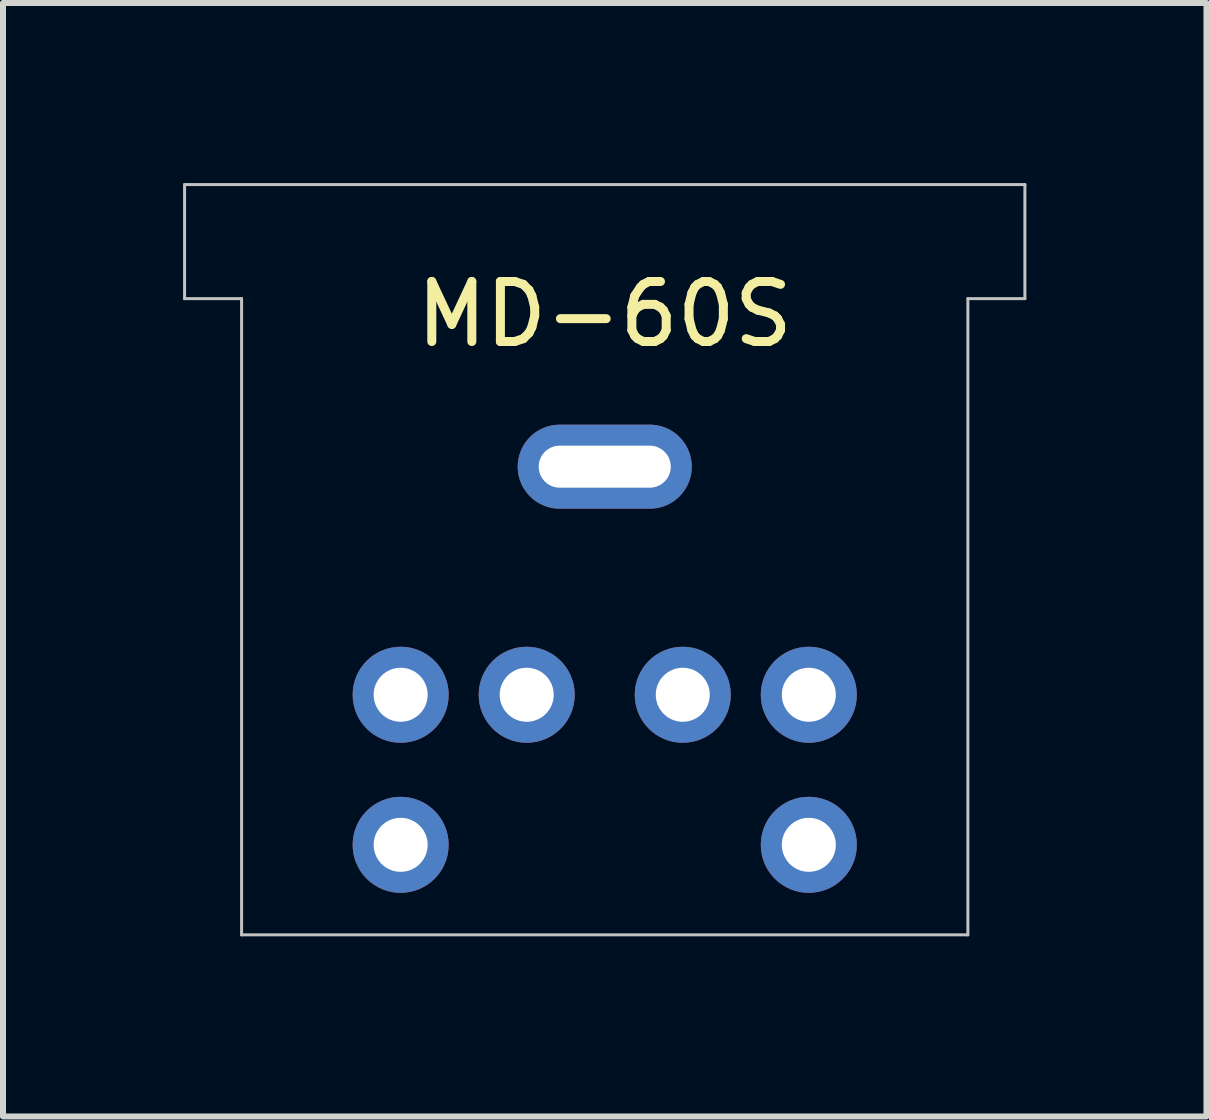
<source format=kicad_pcb>
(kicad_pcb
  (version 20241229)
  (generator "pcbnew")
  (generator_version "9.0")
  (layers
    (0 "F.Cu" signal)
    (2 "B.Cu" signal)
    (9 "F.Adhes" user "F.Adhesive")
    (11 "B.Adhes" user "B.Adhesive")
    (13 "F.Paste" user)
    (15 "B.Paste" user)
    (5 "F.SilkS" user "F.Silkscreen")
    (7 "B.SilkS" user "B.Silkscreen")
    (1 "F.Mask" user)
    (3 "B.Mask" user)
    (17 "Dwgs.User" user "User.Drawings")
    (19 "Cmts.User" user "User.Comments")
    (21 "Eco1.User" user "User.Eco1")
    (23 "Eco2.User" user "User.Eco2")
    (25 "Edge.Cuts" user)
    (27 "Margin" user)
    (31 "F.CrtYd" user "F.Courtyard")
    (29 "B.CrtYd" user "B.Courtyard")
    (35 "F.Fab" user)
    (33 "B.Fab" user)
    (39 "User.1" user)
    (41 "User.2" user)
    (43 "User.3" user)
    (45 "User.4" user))
  (footprint "MD-60S"
    (layer "F.Cu")
    (at 7.025 4.725)
    (property "Reference" "MD-60S" (at 0 -2.54 0) (layer "F.SilkS") (effects (font (size 1 1) (thickness 0.15))))
    (attr through_hole)
    (fp_line (start -7 -4.7) (end -7 -2.8) (stroke (width 0.05) (type solid)) (layer "Dwgs.User"))
    (fp_line (start -7 -2.8) (end -6.05 -2.8) (stroke (width 0.05) (type solid)) (layer "Dwgs.User"))
    (fp_line (start -6.05 -2.8) (end -6.05 7.8) (stroke (width 0.05) (type solid)) (layer "Dwgs.User"))
    (fp_line (start -6.05 7.8) (end 6.05 7.8) (stroke (width 0.05) (type solid)) (layer "Dwgs.User"))
    (fp_line (start 6.05 -2.8) (end 7 -2.8) (stroke (width 0.05) (type solid)) (layer "Dwgs.User"))
    (fp_line (start 6.05 7.8) (end 6.05 -2.8) (stroke (width 0.05) (type solid)) (layer "Dwgs.User"))
    (fp_line (start 7 -4.7) (end -7 -4.7) (stroke (width 0.05) (type solid)) (layer "Dwgs.User"))
    (fp_line (start 7 -4.7) (end 7 -2.8) (stroke (width 0.05) (type solid)) (layer "Dwgs.User"))
    (pad "1" thru_hole circle (at -1.3 3.8) (size 1.6 1.6) (drill 0.9) (layers "*.Cu" "*.Mask"))
    (pad "2" thru_hole circle (at 1.3 3.8) (size 1.6 1.6) (drill 0.9) (layers "*.Cu" "*.Mask"))
    (pad "3" thru_hole circle (at -3.4 3.8) (size 1.6 1.6) (drill 0.9) (layers "*.Cu" "*.Mask"))
    (pad "4" thru_hole circle (at 3.4 3.8) (size 1.6 1.6) (drill 0.9) (layers "*.Cu" "*.Mask"))
    (pad "5" thru_hole circle (at -3.4 6.3) (size 1.6 1.6) (drill 0.9) (layers "*.Cu" "*.Mask"))
    (pad "6" thru_hole circle (at 3.4 6.3) (size 1.6 1.6) (drill 0.9) (layers "*.Cu" "*.Mask"))
    (pad "7" thru_hole oval (at 0 0) (size 2.9 1.4) (drill oval 2.2 0.7) (layers "*.Cu" "*.Mask")))
  (gr_rect
    (start -3 -3)
    (end 17.05 15.55)
    (stroke (width 0.1) (type default))
    (fill no)
    (layer "Edge.Cuts")))
</source>
